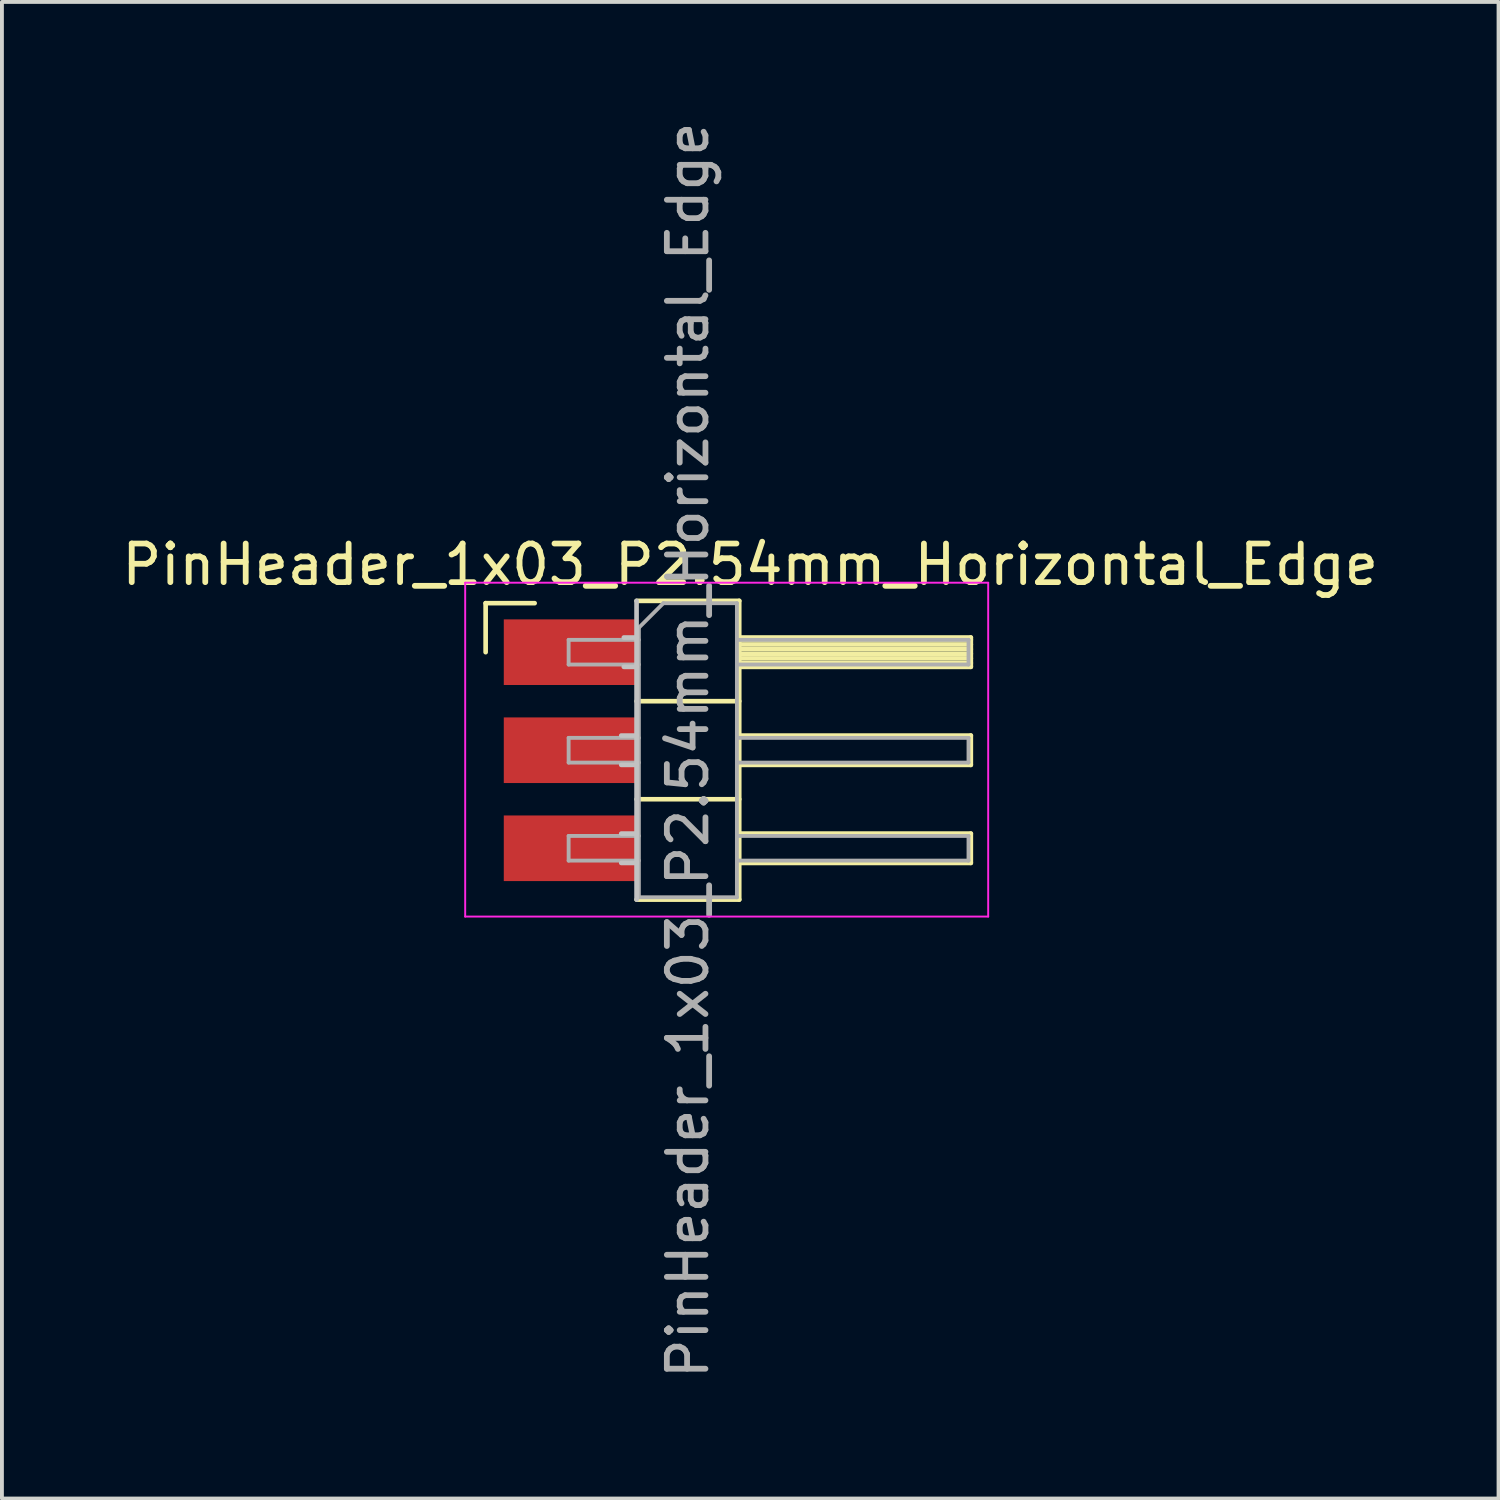
<source format=kicad_pcb>
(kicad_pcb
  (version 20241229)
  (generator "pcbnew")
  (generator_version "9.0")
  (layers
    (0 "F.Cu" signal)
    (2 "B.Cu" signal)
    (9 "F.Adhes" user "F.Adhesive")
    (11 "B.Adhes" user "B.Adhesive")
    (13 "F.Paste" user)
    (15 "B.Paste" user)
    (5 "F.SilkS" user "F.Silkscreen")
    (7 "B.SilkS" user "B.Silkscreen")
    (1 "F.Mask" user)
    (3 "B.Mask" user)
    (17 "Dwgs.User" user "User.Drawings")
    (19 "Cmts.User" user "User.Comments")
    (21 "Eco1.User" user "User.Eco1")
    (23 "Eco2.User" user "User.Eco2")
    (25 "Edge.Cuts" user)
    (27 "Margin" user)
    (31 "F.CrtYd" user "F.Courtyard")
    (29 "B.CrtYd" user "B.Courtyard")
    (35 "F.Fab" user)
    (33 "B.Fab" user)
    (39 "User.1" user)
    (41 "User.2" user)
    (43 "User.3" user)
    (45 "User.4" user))
  (footprint "PinHeader_1x03_P2.54mm_Horizontal_Edge"
    (layer "F.Cu")
    (at 12.002 13.847)
    (property "Reference" "PinHeader_1x03_P2.54mm_Horizontal_Edge" (at 4.385 -2.27 0) (layer "F.SilkS") (effects (font (size 1 1) (thickness 0.15))))
    (attr through_hole)
    (fp_line (start -2.47 -1.27) (end -1.2 -1.27) (stroke (width 0.12) (type solid)) (layer "F.SilkS"))
    (fp_line (start -2.47 0) (end -2.47 -1.27) (stroke (width 0.12) (type solid)) (layer "F.SilkS"))
    (fp_line (start 1.44 1.27) (end 4.1 1.27) (stroke (width 0.12) (type solid)) (layer "F.SilkS"))
    (fp_line (start 1.44 3.81) (end 4.1 3.81) (stroke (width 0.12) (type solid)) (layer "F.SilkS"))
    (fp_line (start 1.44 6.41) (end 4.1 6.41) (stroke (width 0.12) (type solid)) (layer "F.SilkS"))
    (fp_line (start 4.1 -1.33) (end 1.44 -1.33) (stroke (width 0.12) (type solid)) (layer "F.SilkS"))
    (fp_line (start 4.1 -0.38) (end 10.1 -0.38) (stroke (width 0.12) (type solid)) (layer "F.SilkS"))
    (fp_line (start 4.1 -0.32) (end 10.1 -0.32) (stroke (width 0.12) (type solid)) (layer "F.SilkS"))
    (fp_line (start 4.1 -0.2) (end 10.1 -0.2) (stroke (width 0.12) (type solid)) (layer "F.SilkS"))
    (fp_line (start 4.1 -0.08) (end 10.1 -0.08) (stroke (width 0.12) (type solid)) (layer "F.SilkS"))
    (fp_line (start 4.1 0.04) (end 10.1 0.04) (stroke (width 0.12) (type solid)) (layer "F.SilkS"))
    (fp_line (start 4.1 0.16) (end 10.1 0.16) (stroke (width 0.12) (type solid)) (layer "F.SilkS"))
    (fp_line (start 4.1 0.28) (end 10.1 0.28) (stroke (width 0.12) (type solid)) (layer "F.SilkS"))
    (fp_line (start 4.1 2.16) (end 10.1 2.16) (stroke (width 0.12) (type solid)) (layer "F.SilkS"))
    (fp_line (start 4.1 4.7) (end 10.1 4.7) (stroke (width 0.12) (type solid)) (layer "F.SilkS"))
    (fp_line (start 4.1 6.41) (end 4.1 -1.33) (stroke (width 0.12) (type solid)) (layer "F.SilkS"))
    (fp_line (start 10.1 -0.38) (end 10.1 0.38) (stroke (width 0.12) (type solid)) (layer "F.SilkS"))
    (fp_line (start 10.1 0.38) (end 4.1 0.38) (stroke (width 0.12) (type solid)) (layer "F.SilkS"))
    (fp_line (start 10.1 2.16) (end 10.1 2.92) (stroke (width 0.12) (type solid)) (layer "F.SilkS"))
    (fp_line (start 10.1 2.92) (end 4.1 2.92) (stroke (width 0.12) (type solid)) (layer "F.SilkS"))
    (fp_line (start 10.1 4.7) (end 10.1 5.46) (stroke (width 0.12) (type solid)) (layer "F.SilkS"))
    (fp_line (start 10.1 5.46) (end 4.1 5.46) (stroke (width 0.12) (type solid)) (layer "F.SilkS"))
    (fp_line (start 1.043 2.16) (end 1.44 2.16) (stroke (width 0.12) (type solid)) (layer "Dwgs.User"))
    (fp_line (start 1.043 2.92) (end 1.44 2.92) (stroke (width 0.12) (type solid)) (layer "Dwgs.User"))
    (fp_line (start 1.043 4.7) (end 1.44 4.7) (stroke (width 0.12) (type solid)) (layer "Dwgs.User"))
    (fp_line (start 1.043 5.46) (end 1.44 5.46) (stroke (width 0.12) (type solid)) (layer "Dwgs.User"))
    (fp_line (start 1.11 -0.38) (end 1.44 -0.38) (stroke (width 0.12) (type solid)) (layer "Dwgs.User"))
    (fp_line (start 1.11 0.38) (end 1.44 0.38) (stroke (width 0.12) (type solid)) (layer "Dwgs.User"))
    (fp_line (start 1.44 -1.33) (end 1.44 6.41) (stroke (width 0.12) (type solid)) (layer "Dwgs.User"))
    (fp_line (start -3 -1.8) (end -3 6.85) (stroke (width 0.05) (type solid)) (layer "F.CrtYd"))
    (fp_line (start -3 6.85) (end 10.55 6.85) (stroke (width 0.05) (type solid)) (layer "F.CrtYd"))
    (fp_line (start 10.55 -1.8) (end -3 -1.8) (stroke (width 0.05) (type solid)) (layer "F.CrtYd"))
    (fp_line (start 10.55 6.85) (end 10.55 -1.8) (stroke (width 0.05) (type solid)) (layer "F.CrtYd"))
    (fp_line (start -0.32 -0.32) (end -0.32 0.32) (stroke (width 0.1) (type solid)) (layer "F.Fab"))
    (fp_line (start -0.32 -0.32) (end 1.5 -0.32) (stroke (width 0.1) (type solid)) (layer "F.Fab"))
    (fp_line (start -0.32 0.32) (end 1.5 0.32) (stroke (width 0.1) (type solid)) (layer "F.Fab"))
    (fp_line (start -0.32 2.22) (end -0.32 2.86) (stroke (width 0.1) (type solid)) (layer "F.Fab"))
    (fp_line (start -0.32 2.22) (end 1.5 2.22) (stroke (width 0.1) (type solid)) (layer "F.Fab"))
    (fp_line (start -0.32 2.86) (end 1.5 2.86) (stroke (width 0.1) (type solid)) (layer "F.Fab"))
    (fp_line (start -0.32 4.76) (end -0.32 5.4) (stroke (width 0.1) (type solid)) (layer "F.Fab"))
    (fp_line (start -0.32 4.76) (end 1.5 4.76) (stroke (width 0.1) (type solid)) (layer "F.Fab"))
    (fp_line (start -0.32 5.4) (end 1.5 5.4) (stroke (width 0.1) (type solid)) (layer "F.Fab"))
    (fp_line (start 1.5 -0.635) (end 2.135 -1.27) (stroke (width 0.1) (type solid)) (layer "F.Fab"))
    (fp_line (start 1.5 6.35) (end 1.5 -0.635) (stroke (width 0.1) (type solid)) (layer "F.Fab"))
    (fp_line (start 2.135 -1.27) (end 4.04 -1.27) (stroke (width 0.1) (type solid)) (layer "F.Fab"))
    (fp_line (start 4.04 -1.27) (end 4.04 6.35) (stroke (width 0.1) (type solid)) (layer "F.Fab"))
    (fp_line (start 4.04 -0.32) (end 10.04 -0.32) (stroke (width 0.1) (type solid)) (layer "F.Fab"))
    (fp_line (start 4.04 0.32) (end 10.04 0.32) (stroke (width 0.1) (type solid)) (layer "F.Fab"))
    (fp_line (start 4.04 2.22) (end 10.04 2.22) (stroke (width 0.1) (type solid)) (layer "F.Fab"))
    (fp_line (start 4.04 2.86) (end 10.04 2.86) (stroke (width 0.1) (type solid)) (layer "F.Fab"))
    (fp_line (start 4.04 4.76) (end 10.04 4.76) (stroke (width 0.1) (type solid)) (layer "F.Fab"))
    (fp_line (start 4.04 5.4) (end 10.04 5.4) (stroke (width 0.1) (type solid)) (layer "F.Fab"))
    (fp_line (start 4.04 6.35) (end 1.5 6.35) (stroke (width 0.1) (type solid)) (layer "F.Fab"))
    (fp_line (start 10.04 -0.32) (end 10.04 0.32) (stroke (width 0.1) (type solid)) (layer "F.Fab"))
    (fp_line (start 10.04 2.22) (end 10.04 2.86) (stroke (width 0.1) (type solid)) (layer "F.Fab"))
    (fp_line (start 10.04 4.76) (end 10.04 5.4) (stroke (width 0.1) (type solid)) (layer "F.Fab"))
    (fp_text user "${REFERENCE}" (at 2.77 2.54 90) (layer "F.Fab") (effects (font (size 1 1) (thickness 0.15))))
    (pad "1" smd rect (at -0.3 0) (size 3.4 1.7) (layers "F.Cu" "F.Mask" "F.Paste"))
    (pad "2" smd rect (at -0.3 2.54) (size 3.4 1.7) (layers "F.Cu" "F.Mask" "F.Paste"))
    (pad "3" smd rect (at -0.3 5.08) (size 3.4 1.7) (layers "F.Cu" "F.Mask" "F.Paste")))
  (gr_rect
    (start -3 -3)
    (end 35.774 35.774)
    (stroke (width 0.1) (type default))
    (fill no)
    (layer "Edge.Cuts")))
</source>
